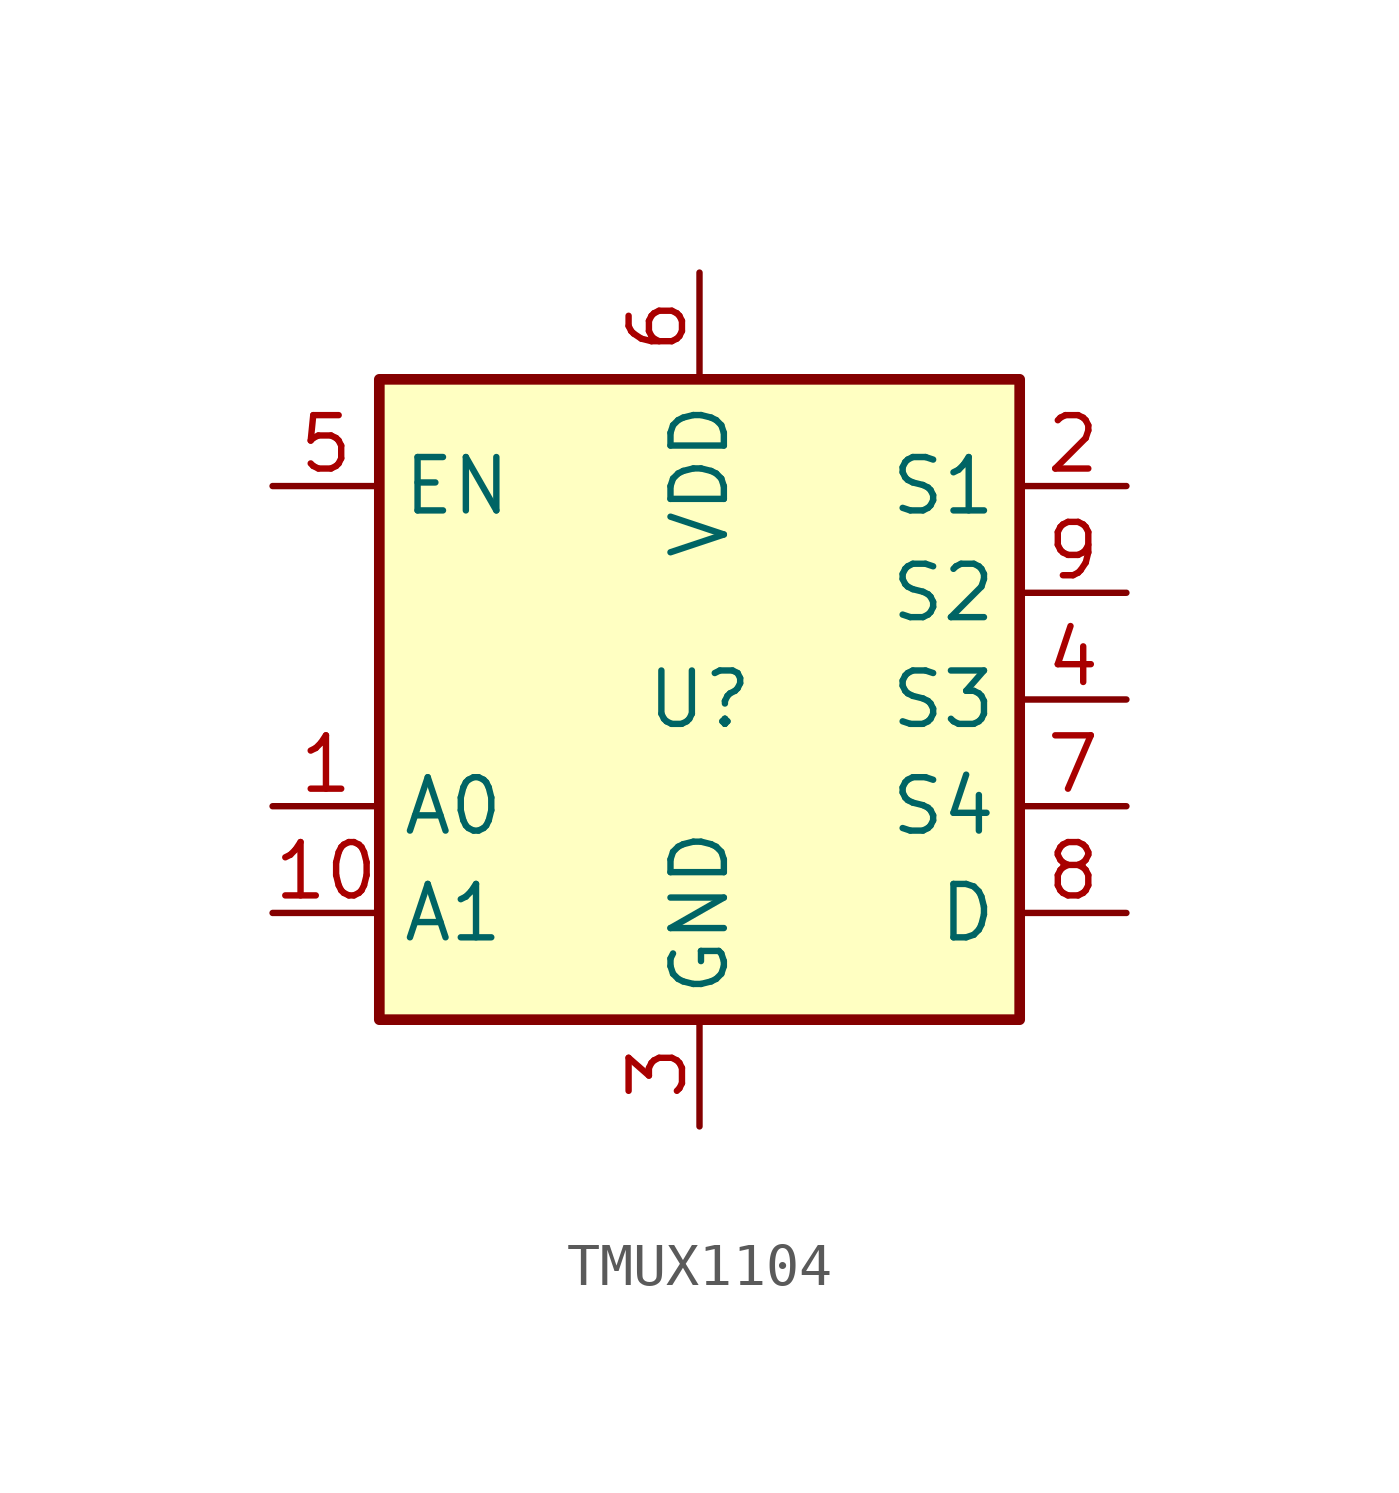
<source format=kicad_sym>
(kicad_symbol_lib
  (version 20241209)
  (generator "kicad_symbol_editor")
  (generator_version "9.0")
  (symbol "TMUX1104"
    (property "Reference" "U"
      (at 0 0 0)
      (effects (font (size 1.27 1.27))))
    (property "Value" ""
      (at 0 0 0)
      (effects (font (size 1.27 1.27))))
    (symbol "TMUX1104_0_1"
      (rectangle (start -7.62 7.62) (end 7.62 -7.62) (stroke (width 0.254) (type default)) (fill (type background))))
    (symbol "TMUX1104_1_1"
      (pin input line (at -10.16 5.08 0) (length 2.54) (name "EN" (effects (font (size 1.27 1.27)))) (number "5" (effects (font (size 1.27 1.27)))))
      (pin input line (at -10.16 -2.54 0) (length 2.54) (name "A0" (effects (font (size 1.27 1.27)))) (number "1" (effects (font (size 1.27 1.27)))))
      (pin input line (at -10.16 -5.08 0) (length 2.54) (name "A1" (effects (font (size 1.27 1.27)))) (number "10" (effects (font (size 1.27 1.27)))))
      (pin power_in line (at 0 10.16 270) (length 2.54) (name "VDD" (effects (font (size 1.27 1.27)))) (number "6" (effects (font (size 1.27 1.27)))))
      (pin power_in line (at 0 -10.16 90) (length 2.54) (name "GND" (effects (font (size 1.27 1.27)))) (number "3" (effects (font (size 1.27 1.27)))))
      (pin passive line (at 10.16 5.08 180) (length 2.54) (name "S1" (effects (font (size 1.27 1.27)))) (number "2" (effects (font (size 1.27 1.27)))))
      (pin passive line (at 10.16 2.54 180) (length 2.54) (name "S2" (effects (font (size 1.27 1.27)))) (number "9" (effects (font (size 1.27 1.27)))))
      (pin passive line (at 10.16 0 180) (length 2.54) (name "S3" (effects (font (size 1.27 1.27)))) (number "4" (effects (font (size 1.27 1.27)))))
      (pin passive line (at 10.16 -2.54 180) (length 2.54) (name "S4" (effects (font (size 1.27 1.27)))) (number "7" (effects (font (size 1.27 1.27)))))
      (pin passive line (at 10.16 -5.08 180) (length 2.54) (name "D" (effects (font (size 1.27 1.27)))) (number "8" (effects (font (size 1.27 1.27))))))))
</source>
